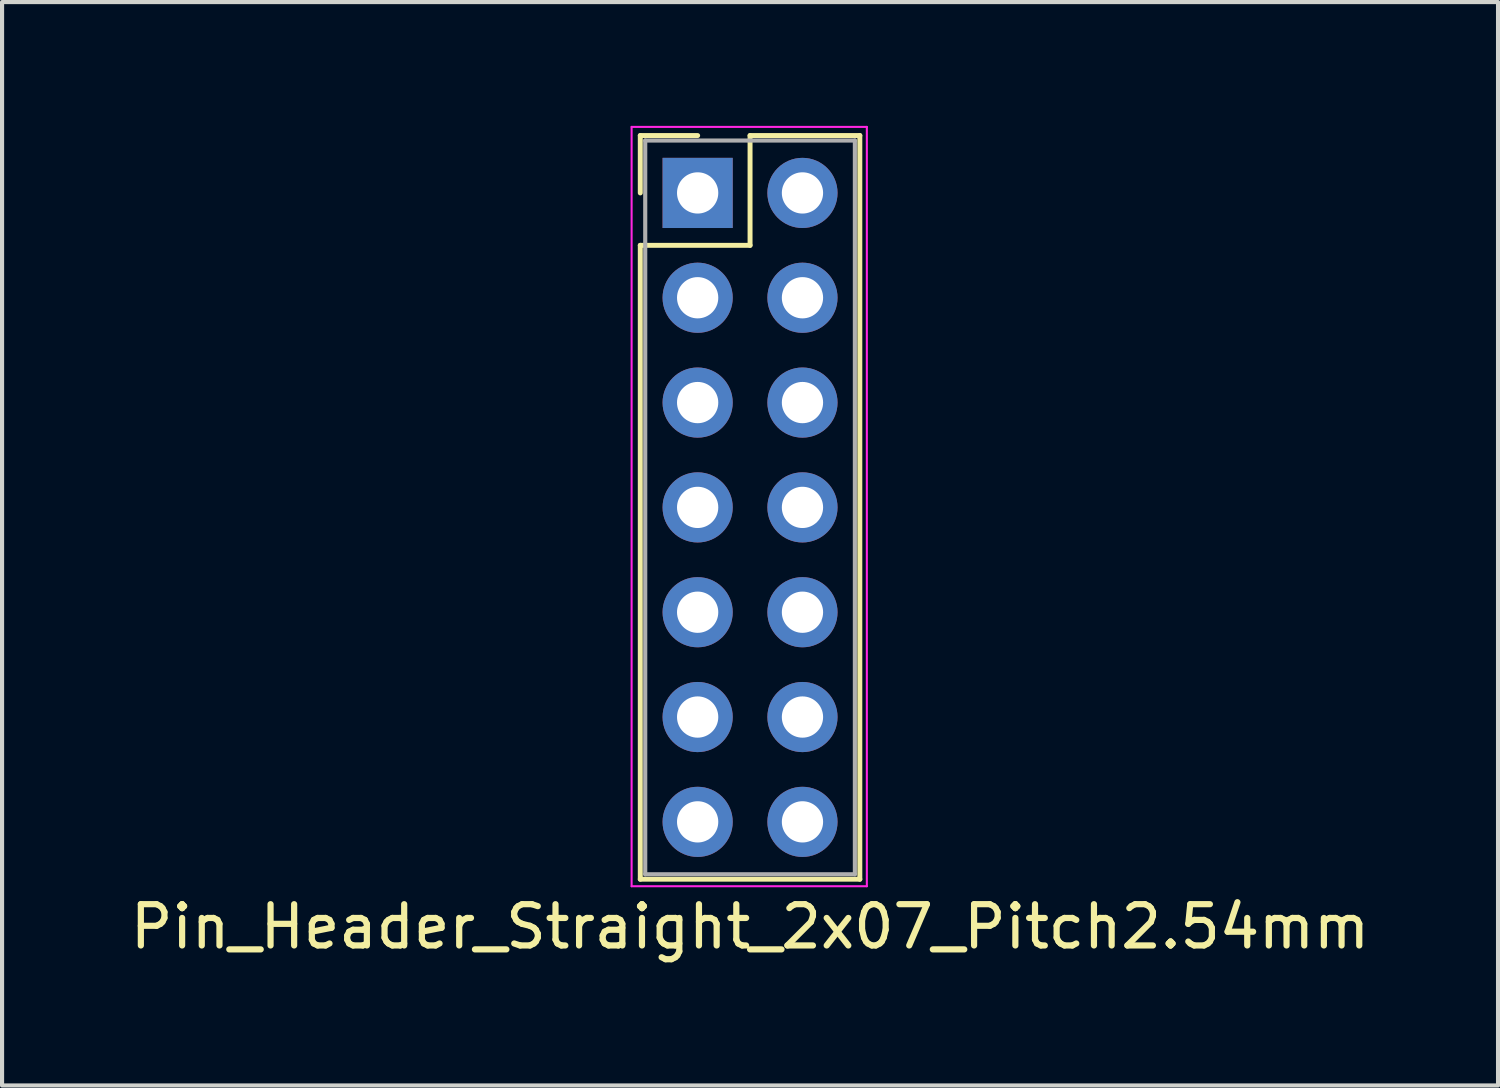
<source format=kicad_pcb>
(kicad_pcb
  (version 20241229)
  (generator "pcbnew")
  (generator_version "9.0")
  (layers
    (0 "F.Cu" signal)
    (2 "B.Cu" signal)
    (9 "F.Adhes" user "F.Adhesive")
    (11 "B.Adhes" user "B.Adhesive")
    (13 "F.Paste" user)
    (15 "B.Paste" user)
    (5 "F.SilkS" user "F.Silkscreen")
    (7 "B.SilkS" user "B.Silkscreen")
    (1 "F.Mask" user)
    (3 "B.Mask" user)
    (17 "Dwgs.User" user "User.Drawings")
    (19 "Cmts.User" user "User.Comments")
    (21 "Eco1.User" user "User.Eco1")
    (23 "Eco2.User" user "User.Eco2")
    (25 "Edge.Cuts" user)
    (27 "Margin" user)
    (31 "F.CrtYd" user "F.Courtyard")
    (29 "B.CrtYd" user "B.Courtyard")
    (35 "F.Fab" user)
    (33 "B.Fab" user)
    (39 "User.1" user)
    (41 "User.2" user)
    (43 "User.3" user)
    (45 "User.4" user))
  (footprint "Pin_Header_Straight_2x07_Pitch2.54mm"
    (layer "F.Cu")
    (at 13.855 1.625)
    (property "Reference" "Pin_Header_Straight_2x07_Pitch2.54mm" (at 1.27 17.78 180) (layer "F.SilkS") (effects (font (size 1 1) (thickness 0.15))))
    (attr through_hole)
    (fp_line (start -1.39 -1.39) (end 0 -1.39) (stroke (width 0.12) (type solid)) (layer "F.SilkS"))
    (fp_line (start -1.39 0) (end -1.39 -1.39) (stroke (width 0.12) (type solid)) (layer "F.SilkS"))
    (fp_line (start -1.39 1.27) (end -1.39 16.63) (stroke (width 0.12) (type solid)) (layer "F.SilkS"))
    (fp_line (start -1.39 16.63) (end 3.93 16.63) (stroke (width 0.12) (type solid)) (layer "F.SilkS"))
    (fp_line (start 1.27 -1.39) (end 1.27 1.27) (stroke (width 0.12) (type solid)) (layer "F.SilkS"))
    (fp_line (start 1.27 1.27) (end -1.39 1.27) (stroke (width 0.12) (type solid)) (layer "F.SilkS"))
    (fp_line (start 3.93 -1.39) (end 1.27 -1.39) (stroke (width 0.12) (type solid)) (layer "F.SilkS"))
    (fp_line (start 3.93 16.63) (end 3.93 -1.39) (stroke (width 0.12) (type solid)) (layer "F.SilkS"))
    (fp_line (start -1.6 -1.6) (end -1.6 16.8) (stroke (width 0.05) (type solid)) (layer "F.CrtYd"))
    (fp_line (start -1.6 16.8) (end 4.1 16.8) (stroke (width 0.05) (type solid)) (layer "F.CrtYd"))
    (fp_line (start 4.1 -1.6) (end -1.6 -1.6) (stroke (width 0.05) (type solid)) (layer "F.CrtYd"))
    (fp_line (start 4.1 16.8) (end 4.1 -1.6) (stroke (width 0.05) (type solid)) (layer "F.CrtYd"))
    (fp_line (start -1.27 -1.27) (end -1.27 16.51) (stroke (width 0.1) (type solid)) (layer "F.Fab"))
    (fp_line (start -1.27 16.51) (end 3.81 16.51) (stroke (width 0.1) (type solid)) (layer "F.Fab"))
    (fp_line (start 3.81 -1.27) (end -1.27 -1.27) (stroke (width 0.1) (type solid)) (layer "F.Fab"))
    (fp_line (start 3.81 16.51) (end 3.81 -1.27) (stroke (width 0.1) (type solid)) (layer "F.Fab"))
    (pad "1" thru_hole rect (at 0 0) (size 1.7 1.7) (drill 1) (layers "*.Cu" "*.Mask"))
    (pad "2" thru_hole oval (at 0 2.54) (size 1.7 1.7) (drill 1) (layers "*.Cu" "*.Mask"))
    (pad "3" thru_hole oval (at 0 5.08) (size 1.7 1.7) (drill 1) (layers "*.Cu" "*.Mask"))
    (pad "4" thru_hole oval (at 0 7.62) (size 1.7 1.7) (drill 1) (layers "*.Cu" "*.Mask"))
    (pad "5" thru_hole oval (at 0 10.16) (size 1.7 1.7) (drill 1) (layers "*.Cu" "*.Mask"))
    (pad "6" thru_hole oval (at 0 12.7) (size 1.7 1.7) (drill 1) (layers "*.Cu" "*.Mask"))
    (pad "7" thru_hole oval (at 0 15.24) (size 1.7 1.7) (drill 1) (layers "*.Cu" "*.Mask"))
    (pad "8" thru_hole oval (at 2.54 15.24) (size 1.7 1.7) (drill 1) (layers "*.Cu" "*.Mask"))
    (pad "9" thru_hole oval (at 2.54 12.7) (size 1.7 1.7) (drill 1) (layers "*.Cu" "*.Mask"))
    (pad "10" thru_hole oval (at 2.54 10.16) (size 1.7 1.7) (drill 1) (layers "*.Cu" "*.Mask"))
    (pad "11" thru_hole oval (at 2.54 7.62) (size 1.7 1.7) (drill 1) (layers "*.Cu" "*.Mask"))
    (pad "12" thru_hole oval (at 2.54 5.08) (size 1.7 1.7) (drill 1) (layers "*.Cu" "*.Mask"))
    (pad "13" thru_hole oval (at 2.54 2.54) (size 1.7 1.7) (drill 1) (layers "*.Cu" "*.Mask"))
    (pad "14" thru_hole oval (at 2.54 0) (size 1.7 1.7) (drill 1) (layers "*.Cu" "*.Mask")))
  (gr_rect
    (start -3 -3)
    (end 33.25 23.253)
    (stroke (width 0.1) (type default))
    (fill no)
    (layer "Edge.Cuts")))
</source>
